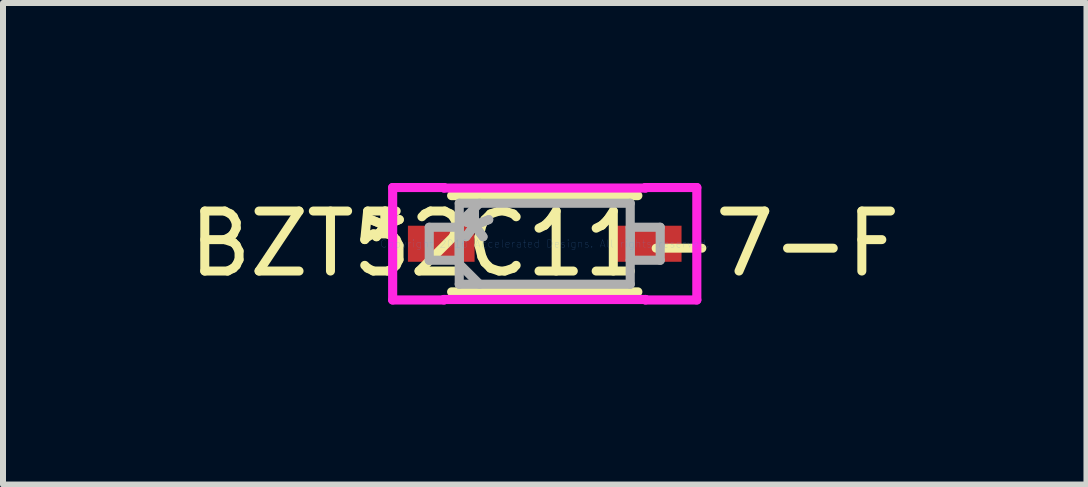
<source format=kicad_pcb>
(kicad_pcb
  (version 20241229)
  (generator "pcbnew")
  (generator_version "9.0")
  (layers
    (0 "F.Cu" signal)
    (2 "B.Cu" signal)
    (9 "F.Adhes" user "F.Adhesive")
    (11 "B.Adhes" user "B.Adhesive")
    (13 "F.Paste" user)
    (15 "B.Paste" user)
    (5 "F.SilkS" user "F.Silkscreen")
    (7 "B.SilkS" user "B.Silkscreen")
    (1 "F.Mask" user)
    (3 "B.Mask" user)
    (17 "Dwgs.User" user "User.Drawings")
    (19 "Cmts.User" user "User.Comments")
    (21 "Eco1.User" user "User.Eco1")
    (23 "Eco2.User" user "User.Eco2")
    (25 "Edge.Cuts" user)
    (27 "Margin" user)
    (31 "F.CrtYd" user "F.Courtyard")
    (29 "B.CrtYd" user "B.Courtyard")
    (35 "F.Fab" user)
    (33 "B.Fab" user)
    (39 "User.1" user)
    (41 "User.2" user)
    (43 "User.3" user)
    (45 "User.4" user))
  (footprint "BZT52C11-7-F"
    (layer "F.Cu")
    (at 6.03 1.013)
    (property "Reference" "BZT52C11-7-F" (at 0 0 0) (layer "F.SilkS") (effects (font (size 1 1) (thickness 0.15))))
    (attr through_hole)
    (fp_line (start -1.552 0.802) (end 1.552 0.802) (stroke (width 0.152) (type solid)) (layer "F.SilkS"))
    (fp_line (start 1.552 -0.802) (end -1.552 -0.802) (stroke (width 0.152) (type solid)) (layer "F.SilkS"))
    (fp_line (start -2.535 -0.937) (end -1.679 -0.937) (stroke (width 0.152) (type solid)) (layer "F.CrtYd"))
    (fp_line (start -2.535 0.937) (end -2.535 -0.937) (stroke (width 0.152) (type solid)) (layer "F.CrtYd"))
    (fp_line (start -1.679 -0.937) (end -1.679 -0.929) (stroke (width 0.152) (type solid)) (layer "F.CrtYd"))
    (fp_line (start -1.679 -0.929) (end 1.679 -0.929) (stroke (width 0.152) (type solid)) (layer "F.CrtYd"))
    (fp_line (start -1.679 0.929) (end -1.679 0.937) (stroke (width 0.152) (type solid)) (layer "F.CrtYd"))
    (fp_line (start -1.679 0.937) (end -2.535 0.937) (stroke (width 0.152) (type solid)) (layer "F.CrtYd"))
    (fp_line (start 1.679 -0.937) (end 2.535 -0.937) (stroke (width 0.152) (type solid)) (layer "F.CrtYd"))
    (fp_line (start 1.679 -0.929) (end 1.679 -0.937) (stroke (width 0.152) (type solid)) (layer "F.CrtYd"))
    (fp_line (start 1.679 0.929) (end -1.679 0.929) (stroke (width 0.152) (type solid)) (layer "F.CrtYd"))
    (fp_line (start 1.679 0.937) (end 1.679 0.929) (stroke (width 0.152) (type solid)) (layer "F.CrtYd"))
    (fp_line (start 2.535 -0.937) (end 2.535 0.937) (stroke (width 0.152) (type solid)) (layer "F.CrtYd"))
    (fp_line (start 2.535 0.937) (end 1.679 0.937) (stroke (width 0.152) (type solid)) (layer "F.CrtYd"))
    (fp_line (start -1.925 -0.275) (end -1.925 0.275) (stroke (width 0.152) (type solid)) (layer "F.Fab"))
    (fp_line (start -1.925 0.275) (end -1.425 0.275) (stroke (width 0.152) (type solid)) (layer "F.Fab"))
    (fp_line (start -1.425 -0.675) (end -1.425 0.675) (stroke (width 0.152) (type solid)) (layer "F.Fab"))
    (fp_line (start -1.425 -0.338) (end -1.087 -0.675) (stroke (width 0.152) (type solid)) (layer "F.Fab"))
    (fp_line (start -1.425 -0.275) (end -1.925 -0.275) (stroke (width 0.152) (type solid)) (layer "F.Fab"))
    (fp_line (start -1.425 0.275) (end -1.425 -0.275) (stroke (width 0.152) (type solid)) (layer "F.Fab"))
    (fp_line (start -1.425 0.338) (end -1.087 0.675) (stroke (width 0.152) (type solid)) (layer "F.Fab"))
    (fp_line (start -1.425 0.675) (end 1.425 0.675) (stroke (width 0.152) (type solid)) (layer "F.Fab"))
    (fp_line (start 1.425 -0.675) (end -1.425 -0.675) (stroke (width 0.152) (type solid)) (layer "F.Fab"))
    (fp_line (start 1.425 -0.275) (end 1.425 0.275) (stroke (width 0.152) (type solid)) (layer "F.Fab"))
    (fp_line (start 1.425 0.275) (end 1.925 0.275) (stroke (width 0.152) (type solid)) (layer "F.Fab"))
    (fp_line (start 1.425 0.675) (end 1.425 -0.675) (stroke (width 0.152) (type solid)) (layer "F.Fab"))
    (fp_line (start 1.925 -0.275) (end 1.425 -0.275) (stroke (width 0.152) (type solid)) (layer "F.Fab"))
    (fp_line (start 1.925 0.275) (end 1.925 -0.275) (stroke (width 0.152) (type solid)) (layer "F.Fab"))
    (fp_text user "*" (at -2.662 0 0) (layer "F.SilkS") (effects (font (size 1 1) (thickness 0.15))))
    (fp_text user "*" (at -2.662 0 0) (layer "F.SilkS") (effects (font (size 1 1) (thickness 0.15))))
    (fp_text user "Copyright 2016 Accelerated Designs. All rights reserved." (at 0 0 0) (layer "Cmts.User") (effects (font (size 0.127 0.127) (thickness 0.002))))
    (fp_text user "*" (at -1.171 0 0) (layer "F.Fab") (effects (font (size 1 1) (thickness 0.15))))
    (fp_text user "*" (at -1.171 0 0) (layer "F.Fab") (effects (font (size 1 1) (thickness 0.15))))
    (pad "1" smd rect (at -1.725 0) (size 1.111 0.601) (layers "F.Cu" "F.Mask" "F.Paste"))
    (pad "2" smd rect (at 1.725 0) (size 1.111 0.601) (layers "F.Cu" "F.Mask" "F.Paste")))
  (gr_rect
    (start -3 -3)
    (end 15.06 5.026)
    (stroke (width 0.1) (type default))
    (fill no)
    (layer "Edge.Cuts")))
</source>
